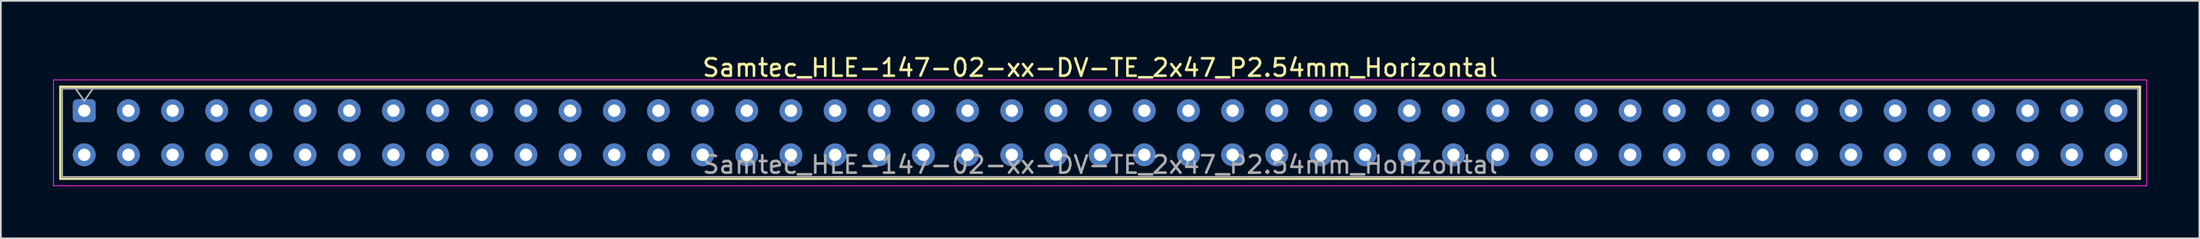
<source format=kicad_pcb>
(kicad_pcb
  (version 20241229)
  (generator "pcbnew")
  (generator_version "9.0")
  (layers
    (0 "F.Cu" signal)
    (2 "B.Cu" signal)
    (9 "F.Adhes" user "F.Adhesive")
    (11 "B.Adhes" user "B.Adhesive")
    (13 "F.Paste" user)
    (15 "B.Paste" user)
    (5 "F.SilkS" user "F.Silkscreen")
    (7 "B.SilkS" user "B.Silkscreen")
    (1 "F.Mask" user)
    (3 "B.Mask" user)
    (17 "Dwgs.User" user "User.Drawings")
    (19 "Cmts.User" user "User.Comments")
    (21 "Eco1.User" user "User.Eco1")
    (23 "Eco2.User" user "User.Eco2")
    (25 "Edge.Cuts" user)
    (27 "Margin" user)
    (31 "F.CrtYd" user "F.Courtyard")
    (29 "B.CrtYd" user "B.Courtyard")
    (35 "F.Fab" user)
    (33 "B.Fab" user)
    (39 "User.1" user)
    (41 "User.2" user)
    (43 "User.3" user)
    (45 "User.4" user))
  (footprint "Samtec_HLE-147-02-xx-DV-TE_2x47_P2.54mm_Horizontal"
    (layer "F.Cu")
    (at 1.795 3.318)
    (property "Reference" "Samtec_HLE-147-02-xx-DV-TE_2x47_P2.54mm_Horizontal" (at 58.42 -2.47 0) (layer "F.SilkS") (effects (font (size 1 1) (thickness 0.15))))
    (attr through_hole)
    (fp_line (start -1.38 -1.38) (end 118.22 -1.38) (stroke (width 0.12) (type solid)) (layer "F.SilkS"))
    (fp_line (start -1.38 3.92) (end -1.38 -1.38) (stroke (width 0.12) (type solid)) (layer "F.SilkS"))
    (fp_line (start 118.22 -1.38) (end 118.22 3.92) (stroke (width 0.12) (type solid)) (layer "F.SilkS"))
    (fp_line (start 118.22 3.92) (end -1.38 3.92) (stroke (width 0.12) (type solid)) (layer "F.SilkS"))
    (fp_line (start -1.77 -1.77) (end 118.61 -1.77) (stroke (width 0.05) (type solid)) (layer "F.CrtYd"))
    (fp_line (start -1.77 4.32) (end -1.77 -1.77) (stroke (width 0.05) (type solid)) (layer "F.CrtYd"))
    (fp_line (start 118.61 -1.77) (end 118.61 4.32) (stroke (width 0.05) (type solid)) (layer "F.CrtYd"))
    (fp_line (start 118.61 4.32) (end -1.77 4.32) (stroke (width 0.05) (type solid)) (layer "F.CrtYd"))
    (fp_line (start -1.27 -1.27) (end 118.11 -1.27) (stroke (width 0.1) (type solid)) (layer "F.Fab"))
    (fp_line (start -1.27 3.81) (end -1.27 -1.27) (stroke (width 0.1) (type solid)) (layer "F.Fab"))
    (fp_line (start -0.5 -1.27) (end 0 -0.563) (stroke (width 0.1) (type solid)) (layer "F.Fab"))
    (fp_line (start 0 -0.563) (end 0.5 -1.27) (stroke (width 0.1) (type solid)) (layer "F.Fab"))
    (fp_line (start 118.11 -1.27) (end 118.11 3.81) (stroke (width 0.1) (type solid)) (layer "F.Fab"))
    (fp_line (start 118.11 3.81) (end -1.27 3.81) (stroke (width 0.1) (type solid)) (layer "F.Fab"))
    (fp_text user "${REFERENCE}" (at 58.42 3.11 0) (layer "F.Fab") (effects (font (size 1 1) (thickness 0.15))))
    (pad "1" thru_hole roundrect (at 0 0) (size 1.31 1.31) (drill 0.71) (layers "*.Cu" "*.Mask") (roundrect_rratio 0.191))
    (pad "2" thru_hole circle (at 0 2.54) (size 1.31 1.31) (drill 0.71) (layers "*.Cu" "*.Mask"))
    (pad "3" thru_hole circle (at 2.54 0) (size 1.31 1.31) (drill 0.71) (layers "*.Cu" "*.Mask"))
    (pad "4" thru_hole circle (at 2.54 2.54) (size 1.31 1.31) (drill 0.71) (layers "*.Cu" "*.Mask"))
    (pad "5" thru_hole circle (at 5.08 0) (size 1.31 1.31) (drill 0.71) (layers "*.Cu" "*.Mask"))
    (pad "6" thru_hole circle (at 5.08 2.54) (size 1.31 1.31) (drill 0.71) (layers "*.Cu" "*.Mask"))
    (pad "7" thru_hole circle (at 7.62 0) (size 1.31 1.31) (drill 0.71) (layers "*.Cu" "*.Mask"))
    (pad "8" thru_hole circle (at 7.62 2.54) (size 1.31 1.31) (drill 0.71) (layers "*.Cu" "*.Mask"))
    (pad "9" thru_hole circle (at 10.16 0) (size 1.31 1.31) (drill 0.71) (layers "*.Cu" "*.Mask"))
    (pad "10" thru_hole circle (at 10.16 2.54) (size 1.31 1.31) (drill 0.71) (layers "*.Cu" "*.Mask"))
    (pad "11" thru_hole circle (at 12.7 0) (size 1.31 1.31) (drill 0.71) (layers "*.Cu" "*.Mask"))
    (pad "12" thru_hole circle (at 12.7 2.54) (size 1.31 1.31) (drill 0.71) (layers "*.Cu" "*.Mask"))
    (pad "13" thru_hole circle (at 15.24 0) (size 1.31 1.31) (drill 0.71) (layers "*.Cu" "*.Mask"))
    (pad "14" thru_hole circle (at 15.24 2.54) (size 1.31 1.31) (drill 0.71) (layers "*.Cu" "*.Mask"))
    (pad "15" thru_hole circle (at 17.78 0) (size 1.31 1.31) (drill 0.71) (layers "*.Cu" "*.Mask"))
    (pad "16" thru_hole circle (at 17.78 2.54) (size 1.31 1.31) (drill 0.71) (layers "*.Cu" "*.Mask"))
    (pad "17" thru_hole circle (at 20.32 0) (size 1.31 1.31) (drill 0.71) (layers "*.Cu" "*.Mask"))
    (pad "18" thru_hole circle (at 20.32 2.54) (size 1.31 1.31) (drill 0.71) (layers "*.Cu" "*.Mask"))
    (pad "19" thru_hole circle (at 22.86 0) (size 1.31 1.31) (drill 0.71) (layers "*.Cu" "*.Mask"))
    (pad "20" thru_hole circle (at 22.86 2.54) (size 1.31 1.31) (drill 0.71) (layers "*.Cu" "*.Mask"))
    (pad "21" thru_hole circle (at 25.4 0) (size 1.31 1.31) (drill 0.71) (layers "*.Cu" "*.Mask"))
    (pad "22" thru_hole circle (at 25.4 2.54) (size 1.31 1.31) (drill 0.71) (layers "*.Cu" "*.Mask"))
    (pad "23" thru_hole circle (at 27.94 0) (size 1.31 1.31) (drill 0.71) (layers "*.Cu" "*.Mask"))
    (pad "24" thru_hole circle (at 27.94 2.54) (size 1.31 1.31) (drill 0.71) (layers "*.Cu" "*.Mask"))
    (pad "25" thru_hole circle (at 30.48 0) (size 1.31 1.31) (drill 0.71) (layers "*.Cu" "*.Mask"))
    (pad "26" thru_hole circle (at 30.48 2.54) (size 1.31 1.31) (drill 0.71) (layers "*.Cu" "*.Mask"))
    (pad "27" thru_hole circle (at 33.02 0) (size 1.31 1.31) (drill 0.71) (layers "*.Cu" "*.Mask"))
    (pad "28" thru_hole circle (at 33.02 2.54) (size 1.31 1.31) (drill 0.71) (layers "*.Cu" "*.Mask"))
    (pad "29" thru_hole circle (at 35.56 0) (size 1.31 1.31) (drill 0.71) (layers "*.Cu" "*.Mask"))
    (pad "30" thru_hole circle (at 35.56 2.54) (size 1.31 1.31) (drill 0.71) (layers "*.Cu" "*.Mask"))
    (pad "31" thru_hole circle (at 38.1 0) (size 1.31 1.31) (drill 0.71) (layers "*.Cu" "*.Mask"))
    (pad "32" thru_hole circle (at 38.1 2.54) (size 1.31 1.31) (drill 0.71) (layers "*.Cu" "*.Mask"))
    (pad "33" thru_hole circle (at 40.64 0) (size 1.31 1.31) (drill 0.71) (layers "*.Cu" "*.Mask"))
    (pad "34" thru_hole circle (at 40.64 2.54) (size 1.31 1.31) (drill 0.71) (layers "*.Cu" "*.Mask"))
    (pad "35" thru_hole circle (at 43.18 0) (size 1.31 1.31) (drill 0.71) (layers "*.Cu" "*.Mask"))
    (pad "36" thru_hole circle (at 43.18 2.54) (size 1.31 1.31) (drill 0.71) (layers "*.Cu" "*.Mask"))
    (pad "37" thru_hole circle (at 45.72 0) (size 1.31 1.31) (drill 0.71) (layers "*.Cu" "*.Mask"))
    (pad "38" thru_hole circle (at 45.72 2.54) (size 1.31 1.31) (drill 0.71) (layers "*.Cu" "*.Mask"))
    (pad "39" thru_hole circle (at 48.26 0) (size 1.31 1.31) (drill 0.71) (layers "*.Cu" "*.Mask"))
    (pad "40" thru_hole circle (at 48.26 2.54) (size 1.31 1.31) (drill 0.71) (layers "*.Cu" "*.Mask"))
    (pad "41" thru_hole circle (at 50.8 0) (size 1.31 1.31) (drill 0.71) (layers "*.Cu" "*.Mask"))
    (pad "42" thru_hole circle (at 50.8 2.54) (size 1.31 1.31) (drill 0.71) (layers "*.Cu" "*.Mask"))
    (pad "43" thru_hole circle (at 53.34 0) (size 1.31 1.31) (drill 0.71) (layers "*.Cu" "*.Mask"))
    (pad "44" thru_hole circle (at 53.34 2.54) (size 1.31 1.31) (drill 0.71) (layers "*.Cu" "*.Mask"))
    (pad "45" thru_hole circle (at 55.88 0) (size 1.31 1.31) (drill 0.71) (layers "*.Cu" "*.Mask"))
    (pad "46" thru_hole circle (at 55.88 2.54) (size 1.31 1.31) (drill 0.71) (layers "*.Cu" "*.Mask"))
    (pad "47" thru_hole circle (at 58.42 0) (size 1.31 1.31) (drill 0.71) (layers "*.Cu" "*.Mask"))
    (pad "48" thru_hole circle (at 58.42 2.54) (size 1.31 1.31) (drill 0.71) (layers "*.Cu" "*.Mask"))
    (pad "49" thru_hole circle (at 60.96 0) (size 1.31 1.31) (drill 0.71) (layers "*.Cu" "*.Mask"))
    (pad "50" thru_hole circle (at 60.96 2.54) (size 1.31 1.31) (drill 0.71) (layers "*.Cu" "*.Mask"))
    (pad "51" thru_hole circle (at 63.5 0) (size 1.31 1.31) (drill 0.71) (layers "*.Cu" "*.Mask"))
    (pad "52" thru_hole circle (at 63.5 2.54) (size 1.31 1.31) (drill 0.71) (layers "*.Cu" "*.Mask"))
    (pad "53" thru_hole circle (at 66.04 0) (size 1.31 1.31) (drill 0.71) (layers "*.Cu" "*.Mask"))
    (pad "54" thru_hole circle (at 66.04 2.54) (size 1.31 1.31) (drill 0.71) (layers "*.Cu" "*.Mask"))
    (pad "55" thru_hole circle (at 68.58 0) (size 1.31 1.31) (drill 0.71) (layers "*.Cu" "*.Mask"))
    (pad "56" thru_hole circle (at 68.58 2.54) (size 1.31 1.31) (drill 0.71) (layers "*.Cu" "*.Mask"))
    (pad "57" thru_hole circle (at 71.12 0) (size 1.31 1.31) (drill 0.71) (layers "*.Cu" "*.Mask"))
    (pad "58" thru_hole circle (at 71.12 2.54) (size 1.31 1.31) (drill 0.71) (layers "*.Cu" "*.Mask"))
    (pad "59" thru_hole circle (at 73.66 0) (size 1.31 1.31) (drill 0.71) (layers "*.Cu" "*.Mask"))
    (pad "60" thru_hole circle (at 73.66 2.54) (size 1.31 1.31) (drill 0.71) (layers "*.Cu" "*.Mask"))
    (pad "61" thru_hole circle (at 76.2 0) (size 1.31 1.31) (drill 0.71) (layers "*.Cu" "*.Mask"))
    (pad "62" thru_hole circle (at 76.2 2.54) (size 1.31 1.31) (drill 0.71) (layers "*.Cu" "*.Mask"))
    (pad "63" thru_hole circle (at 78.74 0) (size 1.31 1.31) (drill 0.71) (layers "*.Cu" "*.Mask"))
    (pad "64" thru_hole circle (at 78.74 2.54) (size 1.31 1.31) (drill 0.71) (layers "*.Cu" "*.Mask"))
    (pad "65" thru_hole circle (at 81.28 0) (size 1.31 1.31) (drill 0.71) (layers "*.Cu" "*.Mask"))
    (pad "66" thru_hole circle (at 81.28 2.54) (size 1.31 1.31) (drill 0.71) (layers "*.Cu" "*.Mask"))
    (pad "67" thru_hole circle (at 83.82 0) (size 1.31 1.31) (drill 0.71) (layers "*.Cu" "*.Mask"))
    (pad "68" thru_hole circle (at 83.82 2.54) (size 1.31 1.31) (drill 0.71) (layers "*.Cu" "*.Mask"))
    (pad "69" thru_hole circle (at 86.36 0) (size 1.31 1.31) (drill 0.71) (layers "*.Cu" "*.Mask"))
    (pad "70" thru_hole circle (at 86.36 2.54) (size 1.31 1.31) (drill 0.71) (layers "*.Cu" "*.Mask"))
    (pad "71" thru_hole circle (at 88.9 0) (size 1.31 1.31) (drill 0.71) (layers "*.Cu" "*.Mask"))
    (pad "72" thru_hole circle (at 88.9 2.54) (size 1.31 1.31) (drill 0.71) (layers "*.Cu" "*.Mask"))
    (pad "73" thru_hole circle (at 91.44 0) (size 1.31 1.31) (drill 0.71) (layers "*.Cu" "*.Mask"))
    (pad "74" thru_hole circle (at 91.44 2.54) (size 1.31 1.31) (drill 0.71) (layers "*.Cu" "*.Mask"))
    (pad "75" thru_hole circle (at 93.98 0) (size 1.31 1.31) (drill 0.71) (layers "*.Cu" "*.Mask"))
    (pad "76" thru_hole circle (at 93.98 2.54) (size 1.31 1.31) (drill 0.71) (layers "*.Cu" "*.Mask"))
    (pad "77" thru_hole circle (at 96.52 0) (size 1.31 1.31) (drill 0.71) (layers "*.Cu" "*.Mask"))
    (pad "78" thru_hole circle (at 96.52 2.54) (size 1.31 1.31) (drill 0.71) (layers "*.Cu" "*.Mask"))
    (pad "79" thru_hole circle (at 99.06 0) (size 1.31 1.31) (drill 0.71) (layers "*.Cu" "*.Mask"))
    (pad "80" thru_hole circle (at 99.06 2.54) (size 1.31 1.31) (drill 0.71) (layers "*.Cu" "*.Mask"))
    (pad "81" thru_hole circle (at 101.6 0) (size 1.31 1.31) (drill 0.71) (layers "*.Cu" "*.Mask"))
    (pad "82" thru_hole circle (at 101.6 2.54) (size 1.31 1.31) (drill 0.71) (layers "*.Cu" "*.Mask"))
    (pad "83" thru_hole circle (at 104.14 0) (size 1.31 1.31) (drill 0.71) (layers "*.Cu" "*.Mask"))
    (pad "84" thru_hole circle (at 104.14 2.54) (size 1.31 1.31) (drill 0.71) (layers "*.Cu" "*.Mask"))
    (pad "85" thru_hole circle (at 106.68 0) (size 1.31 1.31) (drill 0.71) (layers "*.Cu" "*.Mask"))
    (pad "86" thru_hole circle (at 106.68 2.54) (size 1.31 1.31) (drill 0.71) (layers "*.Cu" "*.Mask"))
    (pad "87" thru_hole circle (at 109.22 0) (size 1.31 1.31) (drill 0.71) (layers "*.Cu" "*.Mask"))
    (pad "88" thru_hole circle (at 109.22 2.54) (size 1.31 1.31) (drill 0.71) (layers "*.Cu" "*.Mask"))
    (pad "89" thru_hole circle (at 111.76 0) (size 1.31 1.31) (drill 0.71) (layers "*.Cu" "*.Mask"))
    (pad "90" thru_hole circle (at 111.76 2.54) (size 1.31 1.31) (drill 0.71) (layers "*.Cu" "*.Mask"))
    (pad "91" thru_hole circle (at 114.3 0) (size 1.31 1.31) (drill 0.71) (layers "*.Cu" "*.Mask"))
    (pad "92" thru_hole circle (at 114.3 2.54) (size 1.31 1.31) (drill 0.71) (layers "*.Cu" "*.Mask"))
    (pad "93" thru_hole circle (at 116.84 0) (size 1.31 1.31) (drill 0.71) (layers "*.Cu" "*.Mask"))
    (pad "94" thru_hole circle (at 116.84 2.54) (size 1.31 1.31) (drill 0.71) (layers "*.Cu" "*.Mask")))
  (gr_rect
    (start -3 -3)
    (end 123.43 10.663)
    (stroke (width 0.1) (type default))
    (fill no)
    (layer "Edge.Cuts")))
</source>
